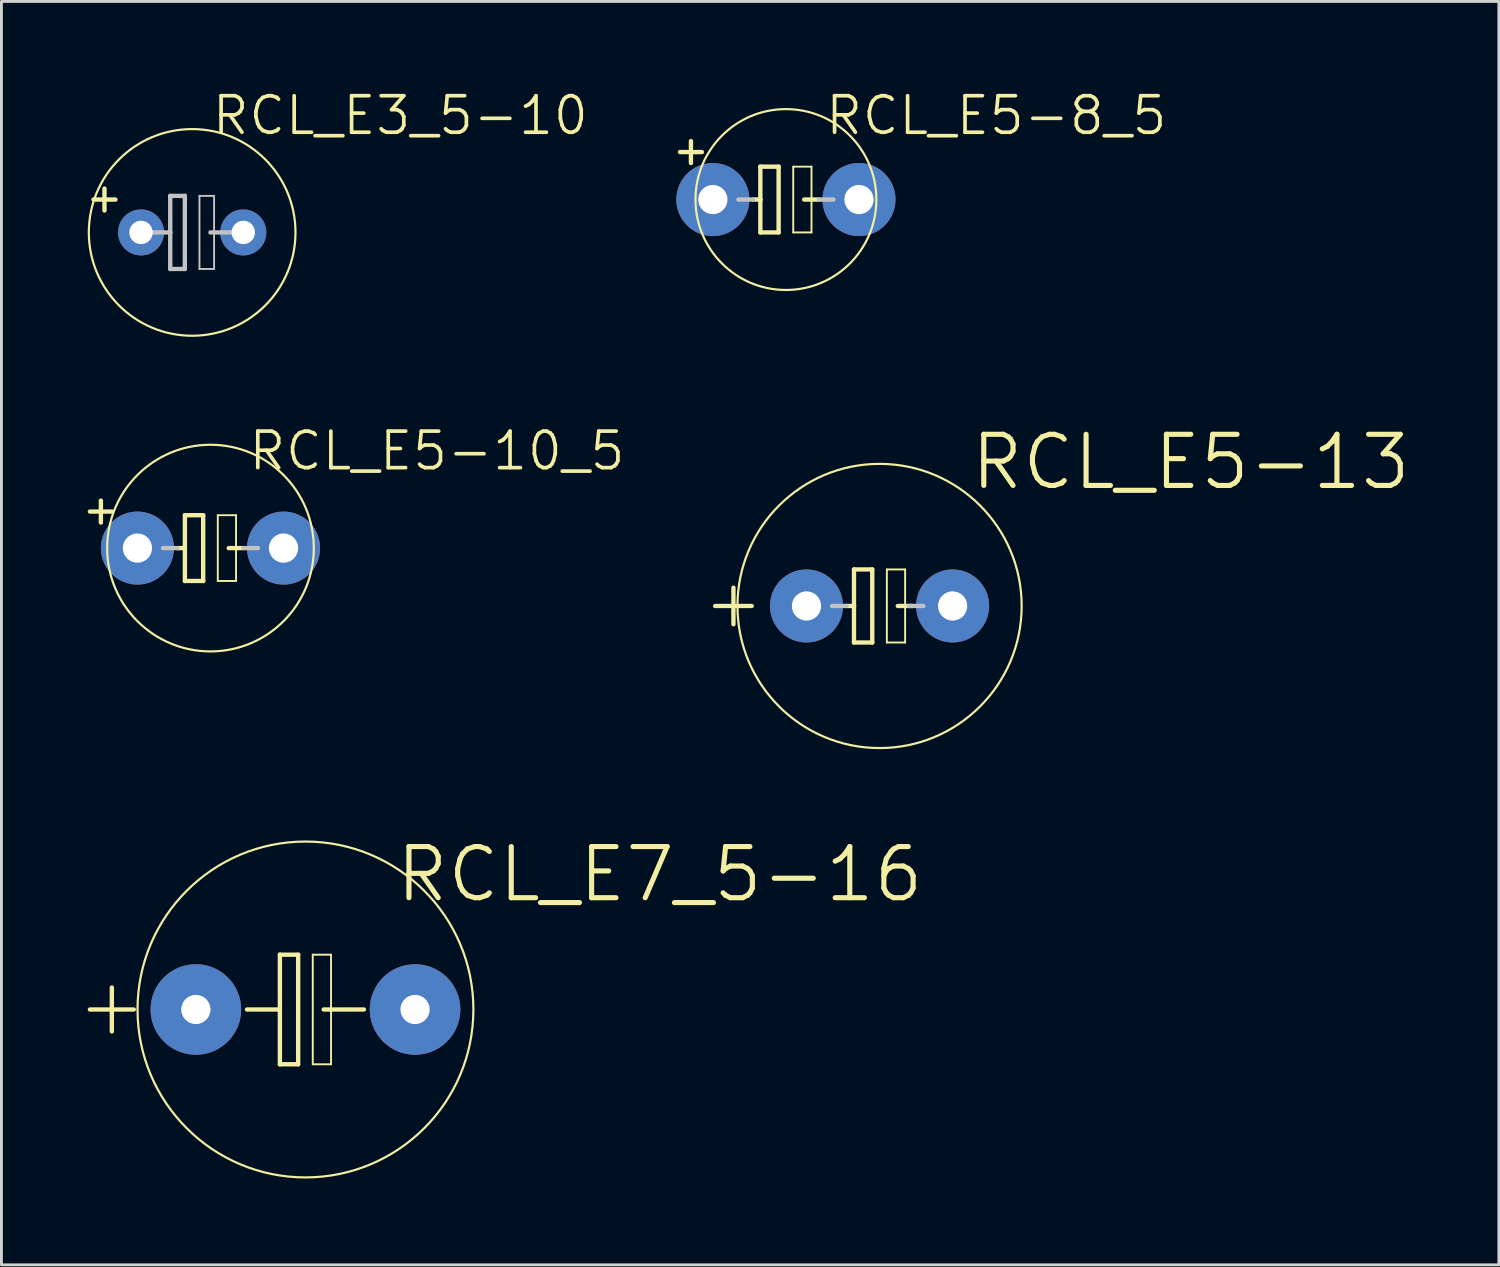
<source format=kicad_pcb>
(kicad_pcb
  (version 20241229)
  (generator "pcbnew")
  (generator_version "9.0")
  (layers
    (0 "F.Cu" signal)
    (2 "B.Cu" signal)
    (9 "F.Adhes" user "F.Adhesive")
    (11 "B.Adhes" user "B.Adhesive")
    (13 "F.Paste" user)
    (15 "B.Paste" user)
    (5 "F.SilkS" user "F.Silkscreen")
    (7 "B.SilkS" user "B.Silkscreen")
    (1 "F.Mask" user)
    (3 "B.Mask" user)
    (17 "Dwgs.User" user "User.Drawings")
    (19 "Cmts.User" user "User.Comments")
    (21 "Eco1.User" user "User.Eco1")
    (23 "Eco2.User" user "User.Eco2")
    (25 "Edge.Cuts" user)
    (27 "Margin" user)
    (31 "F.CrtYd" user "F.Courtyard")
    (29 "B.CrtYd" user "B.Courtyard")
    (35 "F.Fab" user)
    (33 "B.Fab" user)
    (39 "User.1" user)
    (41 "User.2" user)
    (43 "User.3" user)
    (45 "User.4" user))
  (footprint "RCL_E5-8_5"
    (layer "F.Cu")
    (at 24.272 3.887)
    (property "Reference" "RCL_E5-8_5" (at 7.315 -2.921 0) (layer "F.SilkS") (effects (font (size 1.27 1.27) (thickness 0.127))))
    (attr exclude_from_pos_files exclude_from_bom)
    (fp_line (start -3.683 -1.651) (end -2.921 -1.651) (stroke (width 0.152) (type solid)) (layer "F.SilkS"))
    (fp_line (start -3.302 -2.032) (end -3.302 -1.27) (stroke (width 0.152) (type solid)) (layer "F.SilkS"))
    (fp_line (start -1.143 0) (end -0.889 0) (stroke (width 0.152) (type solid)) (layer "F.SilkS"))
    (fp_line (start -0.889 -1.143) (end -0.889 0) (stroke (width 0.152) (type solid)) (layer "F.SilkS"))
    (fp_line (start -0.889 0) (end -0.889 1.143) (stroke (width 0.152) (type solid)) (layer "F.SilkS"))
    (fp_line (start -0.889 1.143) (end -0.254 1.143) (stroke (width 0.152) (type solid)) (layer "F.SilkS"))
    (fp_line (start -0.254 -1.143) (end -0.889 -1.143) (stroke (width 0.152) (type solid)) (layer "F.SilkS"))
    (fp_line (start -0.254 1.143) (end -0.254 -1.143) (stroke (width 0.152) (type solid)) (layer "F.SilkS"))
    (fp_line (start 0.254 -1.143) (end 0.889 -1.143) (stroke (width 0.066) (type solid)) (layer "F.SilkS"))
    (fp_line (start 0.254 1.143) (end 0.254 -1.143) (stroke (width 0.066) (type solid)) (layer "F.SilkS"))
    (fp_line (start 0.254 1.143) (end 0.889 1.143) (stroke (width 0.066) (type solid)) (layer "F.SilkS"))
    (fp_line (start 0.635 0) (end 1.143 0) (stroke (width 0.152) (type solid)) (layer "F.SilkS"))
    (fp_line (start 0.889 1.143) (end 0.889 -1.143) (stroke (width 0.066) (type solid)) (layer "F.SilkS"))
    (fp_circle (center 0 0) (end -2.223 2.223) (stroke (width 0.076) (type solid)) (fill no) (layer "F.SilkS"))
    (fp_line (start -1.651 0) (end -1.143 0) (stroke (width 0.152) (type solid)) (layer "Dwgs.User"))
    (fp_line (start 1.143 0) (end 1.651 0) (stroke (width 0.152) (type solid)) (layer "Dwgs.User"))
    (pad "+" thru_hole circle (at -2.54 0) (size 2.54 2.54) (drill 1.016) (layers "*.Cu" "*.Paste" "*.Mask"))
    (pad "-" thru_hole circle (at 2.54 0) (size 2.54 2.54) (drill 1.016) (layers "*.Cu" "*.Paste" "*.Mask")))
  (footprint "RCL_E5-13"
    (layer "F.Cu")
    (at 27.527 18.016)
    (property "Reference" "RCL_E5-13" (at 10.82 -5.004 0) (layer "F.SilkS") (effects (font (size 1.778 1.778) (thickness 0.178))))
    (attr exclude_from_pos_files exclude_from_bom)
    (fp_line (start -5.715 0) (end -4.445 0) (stroke (width 0.152) (type solid)) (layer "F.SilkS"))
    (fp_line (start -5.08 0.635) (end -5.08 -0.635) (stroke (width 0.152) (type solid)) (layer "F.SilkS"))
    (fp_line (start -1.143 0) (end -0.889 0) (stroke (width 0.152) (type solid)) (layer "F.SilkS"))
    (fp_line (start -0.889 -1.27) (end -0.889 0) (stroke (width 0.152) (type solid)) (layer "F.SilkS"))
    (fp_line (start -0.889 0) (end -0.889 1.27) (stroke (width 0.152) (type solid)) (layer "F.SilkS"))
    (fp_line (start -0.889 1.27) (end -0.254 1.27) (stroke (width 0.152) (type solid)) (layer "F.SilkS"))
    (fp_line (start -0.254 -1.27) (end -0.889 -1.27) (stroke (width 0.152) (type solid)) (layer "F.SilkS"))
    (fp_line (start -0.254 1.27) (end -0.254 -1.27) (stroke (width 0.152) (type solid)) (layer "F.SilkS"))
    (fp_line (start 0.254 -1.27) (end 0.889 -1.27) (stroke (width 0.066) (type solid)) (layer "F.SilkS"))
    (fp_line (start 0.254 1.27) (end 0.254 -1.27) (stroke (width 0.066) (type solid)) (layer "F.SilkS"))
    (fp_line (start 0.254 1.27) (end 0.889 1.27) (stroke (width 0.066) (type solid)) (layer "F.SilkS"))
    (fp_line (start 0.635 0) (end 1.143 0) (stroke (width 0.152) (type solid)) (layer "F.SilkS"))
    (fp_line (start 0.889 1.27) (end 0.889 -1.27) (stroke (width 0.066) (type solid)) (layer "F.SilkS"))
    (fp_circle (center 0 0) (end -3.493 3.493) (stroke (width 0.076) (type solid)) (fill no) (layer "F.SilkS"))
    (fp_line (start -1.651 0) (end -1.143 0) (stroke (width 0.152) (type solid)) (layer "Dwgs.User"))
    (fp_line (start 1.016 0) (end 1.524 0) (stroke (width 0.152) (type solid)) (layer "Dwgs.User"))
    (pad "+" thru_hole circle (at -2.54 0) (size 2.54 2.54) (drill 1.016) (layers "*.Cu" "*.Paste" "*.Mask"))
    (pad "-" thru_hole circle (at 2.54 0) (size 2.54 2.54) (drill 1.016) (layers "*.Cu" "*.Paste" "*.Mask")))
  (footprint "RCL_E7_5-16"
    (layer "F.Cu")
    (at 7.569 32.044)
    (property "Reference" "RCL_E7_5-16" (at 12.319 -4.699 0) (layer "F.SilkS") (effects (font (size 1.778 1.778) (thickness 0.178))))
    (attr exclude_from_pos_files exclude_from_bom)
    (fp_line (start -7.493 0) (end -5.969 0) (stroke (width 0.152) (type solid)) (layer "F.SilkS"))
    (fp_line (start -6.731 0.762) (end -6.731 -0.762) (stroke (width 0.152) (type solid)) (layer "F.SilkS"))
    (fp_line (start -0.889 -1.905) (end -0.889 0) (stroke (width 0.152) (type solid)) (layer "F.SilkS"))
    (fp_line (start -0.889 0) (end -2.032 0) (stroke (width 0.152) (type solid)) (layer "F.SilkS"))
    (fp_line (start -0.889 0) (end -0.889 1.905) (stroke (width 0.152) (type solid)) (layer "F.SilkS"))
    (fp_line (start -0.889 1.905) (end -0.254 1.905) (stroke (width 0.152) (type solid)) (layer "F.SilkS"))
    (fp_line (start -0.254 -1.905) (end -0.889 -1.905) (stroke (width 0.152) (type solid)) (layer "F.SilkS"))
    (fp_line (start -0.254 1.905) (end -0.254 -1.905) (stroke (width 0.152) (type solid)) (layer "F.SilkS"))
    (fp_line (start 0.254 -1.905) (end 0.889 -1.905) (stroke (width 0.066) (type solid)) (layer "F.SilkS"))
    (fp_line (start 0.254 1.905) (end 0.254 -1.905) (stroke (width 0.066) (type solid)) (layer "F.SilkS"))
    (fp_line (start 0.254 1.905) (end 0.889 1.905) (stroke (width 0.066) (type solid)) (layer "F.SilkS"))
    (fp_line (start 0.635 0) (end 2.032 0) (stroke (width 0.152) (type solid)) (layer "F.SilkS"))
    (fp_line (start 0.889 1.905) (end 0.889 -1.905) (stroke (width 0.066) (type solid)) (layer "F.SilkS"))
    (fp_circle (center 0 0) (end -4.128 4.128) (stroke (width 0.076) (type solid)) (fill no) (layer "F.SilkS"))
    (pad "+" thru_hole circle (at -3.81 0) (size 3.15 3.15) (drill 1.016) (layers "*.Cu" "*.Paste" "*.Mask"))
    (pad "-" thru_hole circle (at 3.81 0) (size 3.15 3.15) (drill 1.016) (layers "*.Cu" "*.Paste" "*.Mask")))
  (footprint "RCL_E5-10_5"
    (layer "F.Cu")
    (at 4.267 16.004)
    (property "Reference" "RCL_E5-10_5" (at 7.874 -3.378 0) (layer "F.SilkS") (effects (font (size 1.27 1.27) (thickness 0.127))))
    (attr exclude_from_pos_files exclude_from_bom)
    (fp_line (start -3.81 -1.651) (end -3.81 -0.889) (stroke (width 0.152) (type solid)) (layer "F.SilkS"))
    (fp_line (start -3.429 -1.27) (end -4.191 -1.27) (stroke (width 0.152) (type solid)) (layer "F.SilkS"))
    (fp_line (start -1.143 0) (end -0.889 0) (stroke (width 0.152) (type solid)) (layer "F.SilkS"))
    (fp_line (start -0.889 -1.143) (end -0.889 0) (stroke (width 0.152) (type solid)) (layer "F.SilkS"))
    (fp_line (start -0.889 0) (end -0.889 1.143) (stroke (width 0.152) (type solid)) (layer "F.SilkS"))
    (fp_line (start -0.889 1.143) (end -0.254 1.143) (stroke (width 0.152) (type solid)) (layer "F.SilkS"))
    (fp_line (start -0.254 -1.143) (end -0.889 -1.143) (stroke (width 0.152) (type solid)) (layer "F.SilkS"))
    (fp_line (start -0.254 1.143) (end -0.254 -1.143) (stroke (width 0.152) (type solid)) (layer "F.SilkS"))
    (fp_line (start 0.254 -1.143) (end 0.889 -1.143) (stroke (width 0.066) (type solid)) (layer "F.SilkS"))
    (fp_line (start 0.254 1.143) (end 0.254 -1.143) (stroke (width 0.066) (type solid)) (layer "F.SilkS"))
    (fp_line (start 0.254 1.143) (end 0.889 1.143) (stroke (width 0.066) (type solid)) (layer "F.SilkS"))
    (fp_line (start 0.635 0) (end 1.143 0) (stroke (width 0.152) (type solid)) (layer "F.SilkS"))
    (fp_line (start 0.889 1.143) (end 0.889 -1.143) (stroke (width 0.066) (type solid)) (layer "F.SilkS"))
    (fp_circle (center 0 0) (end -2.54 2.54) (stroke (width 0.076) (type solid)) (fill no) (layer "F.SilkS"))
    (fp_line (start -1.651 0) (end -1.143 0) (stroke (width 0.152) (type solid)) (layer "Dwgs.User"))
    (fp_line (start 1.143 0) (end 1.651 0) (stroke (width 0.152) (type solid)) (layer "Dwgs.User"))
    (pad "+" thru_hole circle (at -2.54 0) (size 2.54 2.54) (drill 1.016) (layers "*.Cu" "*.Paste" "*.Mask"))
    (pad "-" thru_hole circle (at 2.54 0) (size 2.54 2.54) (drill 1.016) (layers "*.Cu" "*.Paste" "*.Mask")))
  (footprint "RCL_E3_5-10"
    (layer "F.Cu")
    (at 3.63 5.03)
    (property "Reference" "RCL_E3_5-10" (at 7.236 -4.064 0) (layer "F.SilkS") (effects (font (size 1.27 1.27) (thickness 0.127))))
    (attr exclude_from_pos_files exclude_from_bom)
    (fp_line (start -3.429 -1.143) (end -2.667 -1.143) (stroke (width 0.152) (type solid)) (layer "F.SilkS"))
    (fp_line (start -3.048 -0.762) (end -3.048 -1.524) (stroke (width 0.152) (type solid)) (layer "F.SilkS"))
    (fp_circle (center 0 0) (end -2.54 2.54) (stroke (width 0.076) (type solid)) (fill no) (layer "F.SilkS"))
    (fp_line (start -1.651 0) (end -0.762 0) (stroke (width 0.152) (type solid)) (layer "Dwgs.User"))
    (fp_line (start -0.762 -1.27) (end -0.762 0) (stroke (width 0.152) (type solid)) (layer "Dwgs.User"))
    (fp_line (start -0.762 0) (end -0.762 1.27) (stroke (width 0.152) (type solid)) (layer "Dwgs.User"))
    (fp_line (start -0.762 1.27) (end -0.254 1.27) (stroke (width 0.152) (type solid)) (layer "Dwgs.User"))
    (fp_line (start -0.254 -1.27) (end -0.762 -1.27) (stroke (width 0.152) (type solid)) (layer "Dwgs.User"))
    (fp_line (start -0.254 1.27) (end -0.254 -1.27) (stroke (width 0.152) (type solid)) (layer "Dwgs.User"))
    (fp_line (start 0.254 -1.27) (end 0.762 -1.27) (stroke (width 0.066) (type solid)) (layer "Dwgs.User"))
    (fp_line (start 0.254 1.27) (end 0.254 -1.27) (stroke (width 0.066) (type solid)) (layer "Dwgs.User"))
    (fp_line (start 0.254 1.27) (end 0.762 1.27) (stroke (width 0.066) (type solid)) (layer "Dwgs.User"))
    (fp_line (start 0.635 0) (end 1.651 0) (stroke (width 0.152) (type solid)) (layer "Dwgs.User"))
    (fp_line (start 0.762 1.27) (end 0.762 -1.27) (stroke (width 0.066) (type solid)) (layer "Dwgs.User"))
    (pad "+" thru_hole circle (at -1.778 0) (size 1.6 1.6) (drill 0.813) (layers "*.Cu" "*.Paste" "*.Mask"))
    (pad "-" thru_hole circle (at 1.778 0) (size 1.6 1.6) (drill 0.813) (layers "*.Cu" "*.Paste" "*.Mask")))
  (gr_rect
    (start -3 -3)
    (end 49.057 40.92)
    (stroke (width 0.1) (type default))
    (fill no)
    (layer "Edge.Cuts")))
</source>
